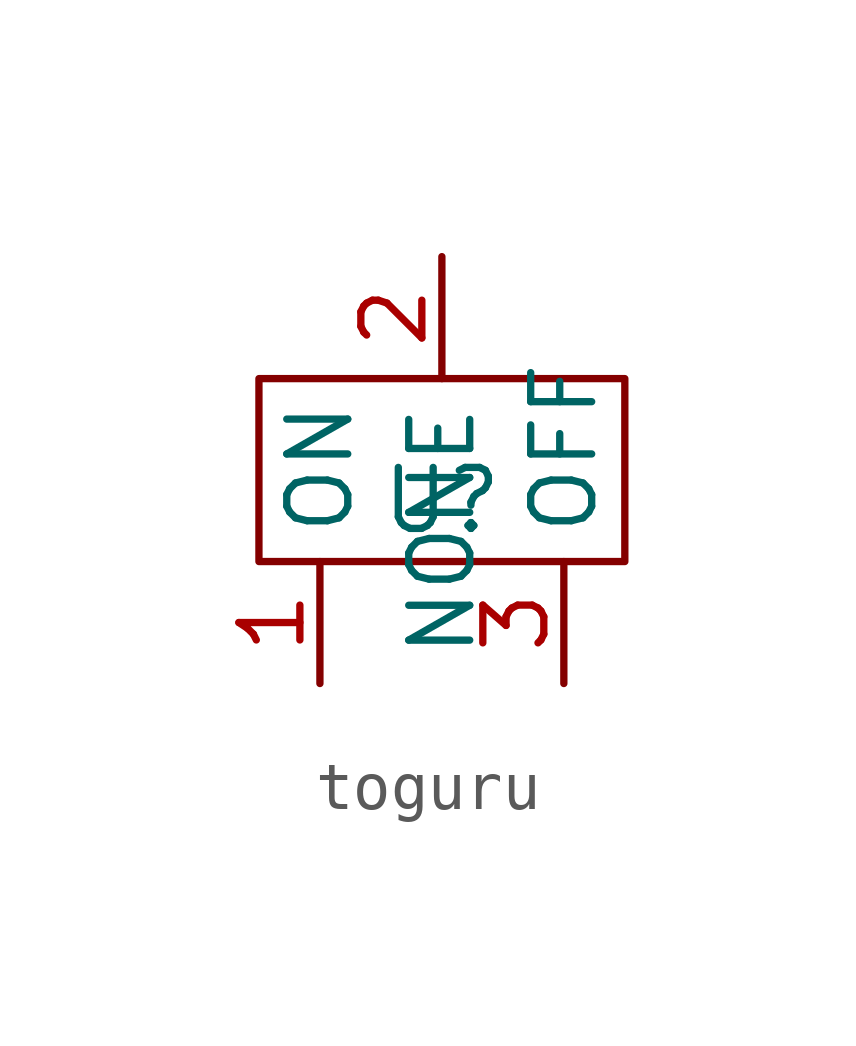
<source format=kicad_sym>
(kicad_symbol_lib
  (version 20220914)
  (generator kicad_symbol_editor)
  (symbol "toguru"
    (property "Reference" "U"
      (at 0 0 0)
      (effects (font (size 1.27 1.27))))
    (property "Value" ""
      (at 0 0 0)
      (effects (font (size 1.27 1.27))))
    (symbol "toguru_0_1"
      (rectangle (start -3.81 2.54) (end 3.81 -1.27) (stroke (width 0) (type default)) (fill (type none))))
    (symbol "toguru_1_1"
      (pin passive line (at -2.54 -3.81 90) (length 2.54) (name "ON" (effects (font (size 1.27 1.27)))) (number "1" (effects (font (size 1.27 1.27)))))
      (pin passive line (at 0 5.08 270) (length 2.54) (name "NONE" (effects (font (size 1.27 1.27)))) (number "2" (effects (font (size 1.27 1.27)))))
      (pin passive line (at 2.54 -3.81 90) (length 2.54) (name "OFF" (effects (font (size 1.27 1.27)))) (number "3" (effects (font (size 1.27 1.27))))))))
</source>
